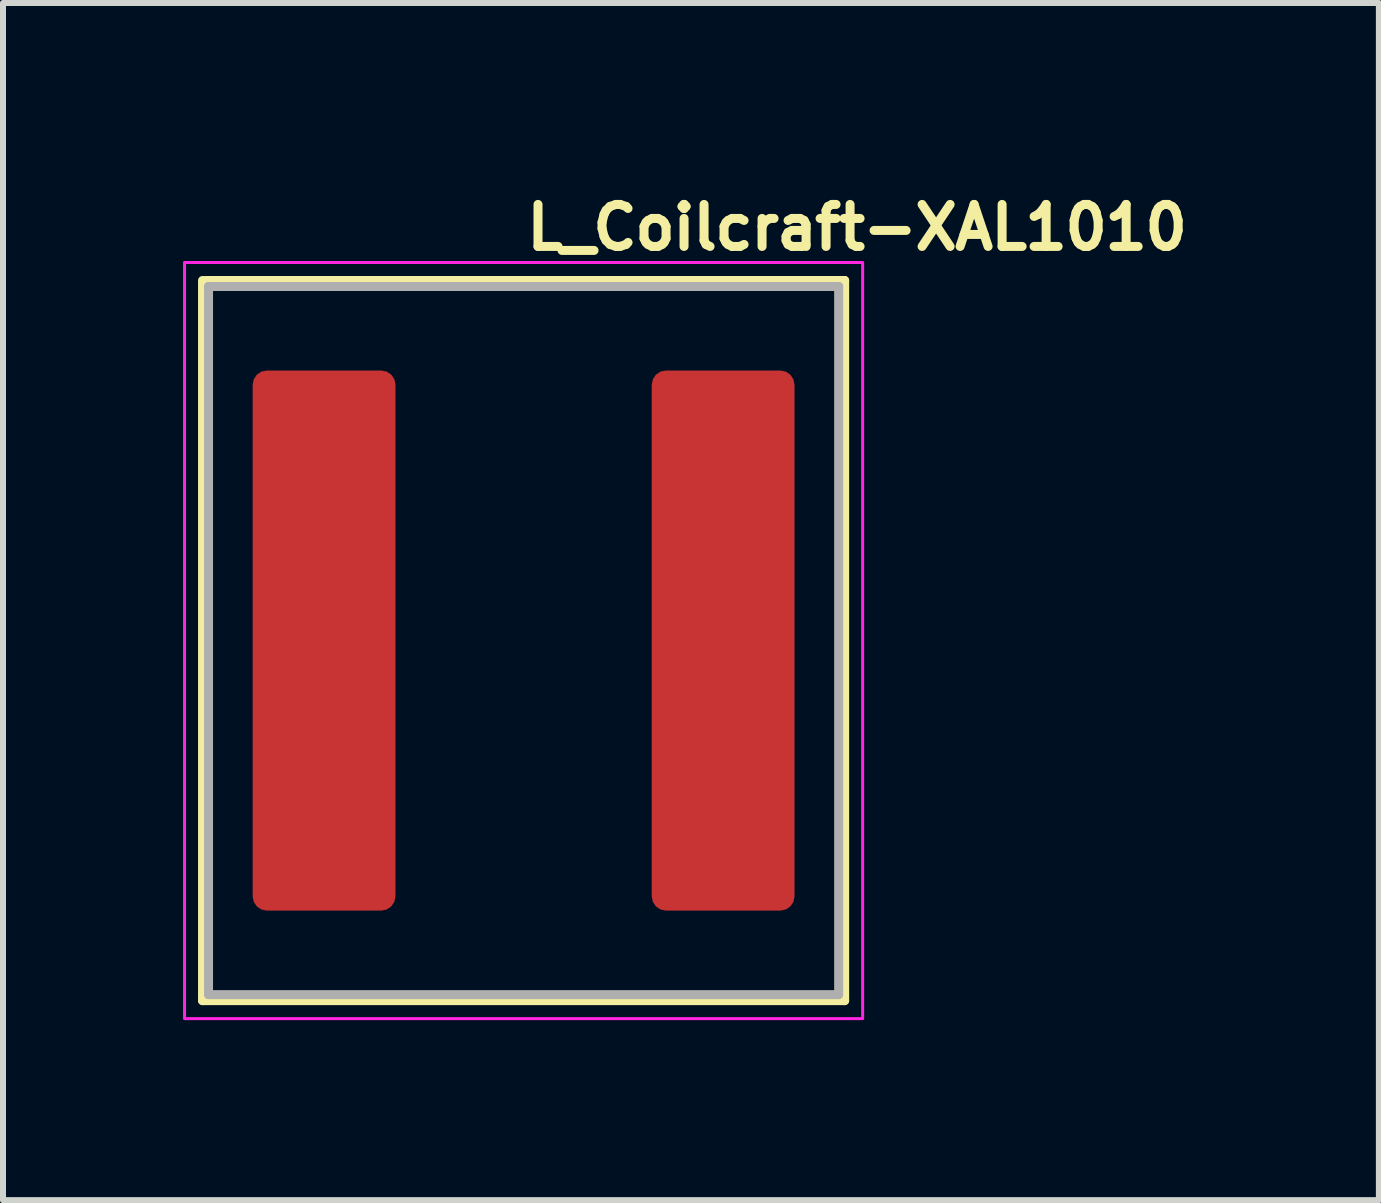
<source format=kicad_pcb>
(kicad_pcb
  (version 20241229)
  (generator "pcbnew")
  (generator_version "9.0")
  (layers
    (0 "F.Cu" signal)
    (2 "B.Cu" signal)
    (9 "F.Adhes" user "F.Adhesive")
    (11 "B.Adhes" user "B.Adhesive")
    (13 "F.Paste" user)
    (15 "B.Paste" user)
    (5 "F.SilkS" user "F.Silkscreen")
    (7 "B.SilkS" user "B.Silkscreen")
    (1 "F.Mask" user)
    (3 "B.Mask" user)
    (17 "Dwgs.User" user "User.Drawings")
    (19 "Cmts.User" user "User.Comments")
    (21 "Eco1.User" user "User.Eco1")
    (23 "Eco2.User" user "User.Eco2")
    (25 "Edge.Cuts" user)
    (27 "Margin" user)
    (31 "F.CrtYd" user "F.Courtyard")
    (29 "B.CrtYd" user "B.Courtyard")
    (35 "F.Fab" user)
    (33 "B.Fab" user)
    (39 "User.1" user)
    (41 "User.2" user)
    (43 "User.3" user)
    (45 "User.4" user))
  (footprint "L_Coilcraft-XAL1010"
    (layer "F.Cu")
    (at 5.675 7.624)
    (property "Reference" "L_Coilcraft-XAL1010" (at -0.025 -6.474 0) (layer "F.SilkS") (effects (font (size 0.7 0.7) (thickness 0.15)) (justify left bottom)))
    (attr smd)
    (fp_line (start -5.35 6) (end -5.35 -6) (stroke (width 0.15) (type solid)) (layer "F.SilkS"))
    (fp_line (start -5.35 6) (end 5.35 6) (stroke (width 0.15) (type solid)) (layer "F.SilkS"))
    (fp_line (start -5.3 -6) (end 5.35 -6) (stroke (width 0.15) (type solid)) (layer "F.SilkS"))
    (fp_line (start 5.35 6) (end 5.35 -6) (stroke (width 0.15) (type solid)) (layer "F.SilkS"))
    (fp_rect (start -5.65 -6.3) (end 5.65 6.3) (stroke (width 0.05) (type solid)) (fill no) (layer "F.CrtYd"))
    (fp_line (start -5.25 -5.9) (end -5.25 5.9) (stroke (width 0.15) (type solid)) (layer "F.Fab"))
    (fp_line (start -5.25 -5.9) (end 5.25 -5.9) (stroke (width 0.15) (type solid)) (layer "F.Fab"))
    (fp_line (start 5.25 -5.9) (end 5.25 5.9) (stroke (width 0.15) (type solid)) (layer "F.Fab"))
    (fp_line (start 5.25 5.9) (end -5.25 5.9) (stroke (width 0.15) (type solid)) (layer "F.Fab"))
    (fp_rect (start -5.25 -5.9) (end 5.25 5.9) (stroke (width 0.1) (type solid)) (fill no) (layer "User.5"))
    (fp_line (start -5.25 -5.9) (end -5.25 5.9) (stroke (width 0.02) (type solid)) (layer "User.9"))
    (fp_line (start -5.25 5.9) (end 5.25 5.9) (stroke (width 0.02) (type solid)) (layer "User.9"))
    (fp_line (start -4.312 -4.25) (end -4.062 -4.25) (stroke (width 0.02) (type solid)) (layer "User.9"))
    (fp_line (start -4.312 4.25) (end -4.312 -4.25) (stroke (width 0.02) (type solid)) (layer "User.9"))
    (fp_line (start -4.062 -4.25) (end -4.062 4.25) (stroke (width 0.02) (type solid)) (layer "User.9"))
    (fp_line (start -4.062 4.25) (end -4.312 4.25) (stroke (width 0.02) (type solid)) (layer "User.9"))
    (fp_line (start 5.25 -5.9) (end -5.25 -5.9) (stroke (width 0.02) (type solid)) (layer "User.9"))
    (fp_line (start 5.25 5.9) (end 5.25 -5.9) (stroke (width 0.02) (type solid)) (layer "User.9"))
    (pad "1" smd roundrect (at -3.325 0) (size 2.38 9) (layers "F.Cu" "F.Mask" "F.Paste") (roundrect_rratio 0.1))
    (pad "2" smd roundrect (at 3.325 0) (size 2.38 9) (layers "F.Cu" "F.Mask" "F.Paste") (roundrect_rratio 0.1)))
  (gr_rect
    (start -3 -3)
    (end 19.927 16.949)
    (stroke (width 0.1) (type default))
    (fill no)
    (layer "Edge.Cuts")))
</source>
